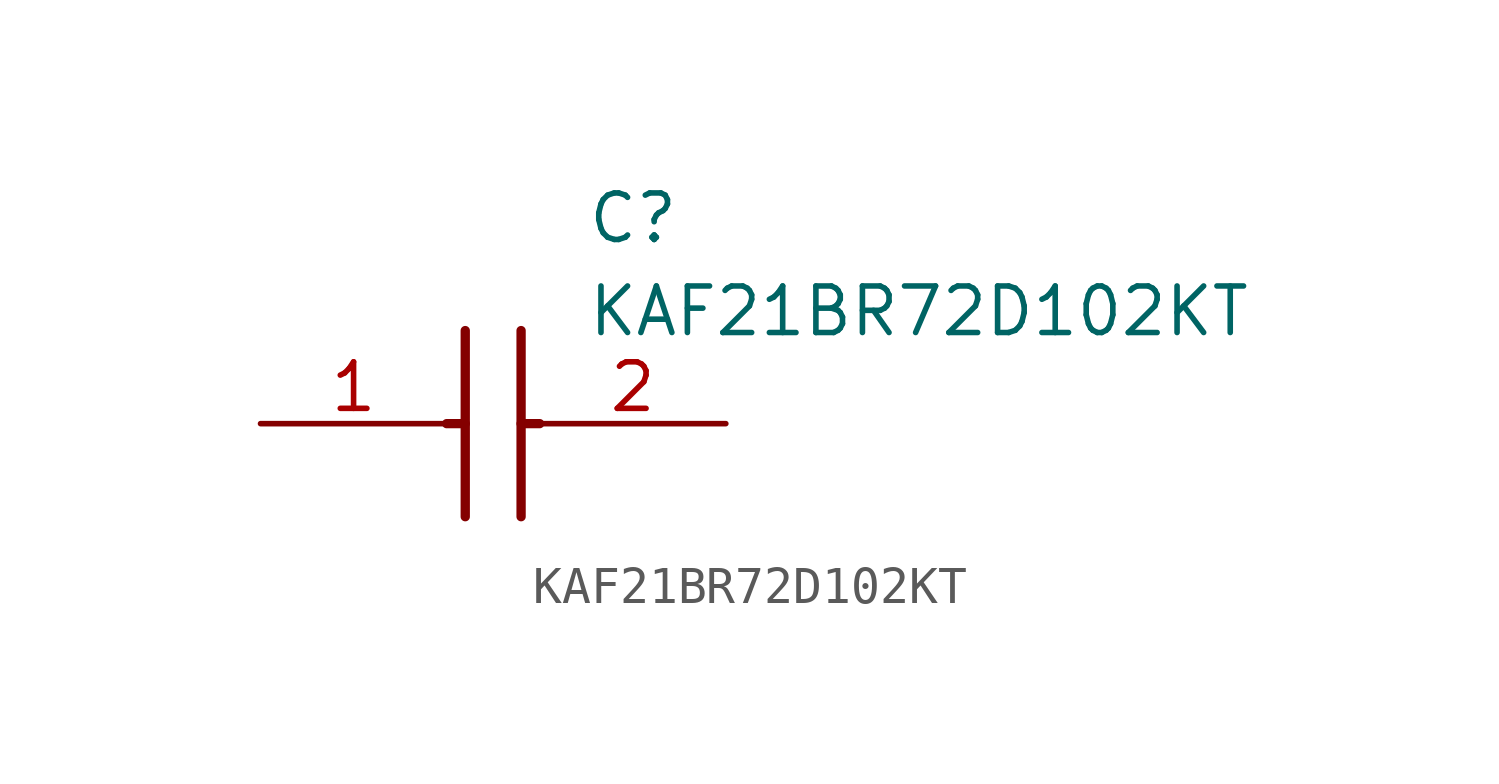
<source format=kicad_sym>
(kicad_symbol_lib
  (version 20211014)
  (generator SamacSys_ECAD_Model)
  (symbol "KAF21BR72D102KT"
    (pin_names hide)
    (property "Reference" "C"
      (at 8.89 6.35 0)
      (effects (font (size 1.27 1.27)) (justify left top)))
    (property "Value" "KAF21BR72D102KT"
      (at 8.89 3.81 0)
      (effects (font (size 1.27 1.27)) (justify left top)))
    (polyline
      (pts (xy 5.588 2.54) (xy 5.588 -2.54))
      (stroke (width 0.254) (type default))
      (fill (type none)))
    (polyline
      (pts (xy 7.112 2.54) (xy 7.112 -2.54))
      (stroke (width 0.254) (type default))
      (fill (type none)))
    (polyline
      (pts (xy 5.08 0) (xy 5.588 0))
      (stroke (width 0.254) (type default))
      (fill (type none)))
    (polyline
      (pts (xy 7.112 0) (xy 7.62 0))
      (stroke (width 0.254) (type default))
      (fill (type none)))
    (pin passive line
      (at 0 0 0)
      (length 5.08)
      (name "1" (effects (font (size 1.27 1.27))))
      (number "1" (effects (font (size 1.27 1.27)))))
    (pin passive line
      (at 12.7 0 180)
      (length 5.08)
      (name "2" (effects (font (size 1.27 1.27))))
      (number "2" (effects (font (size 1.27 1.27)))))))
</source>
